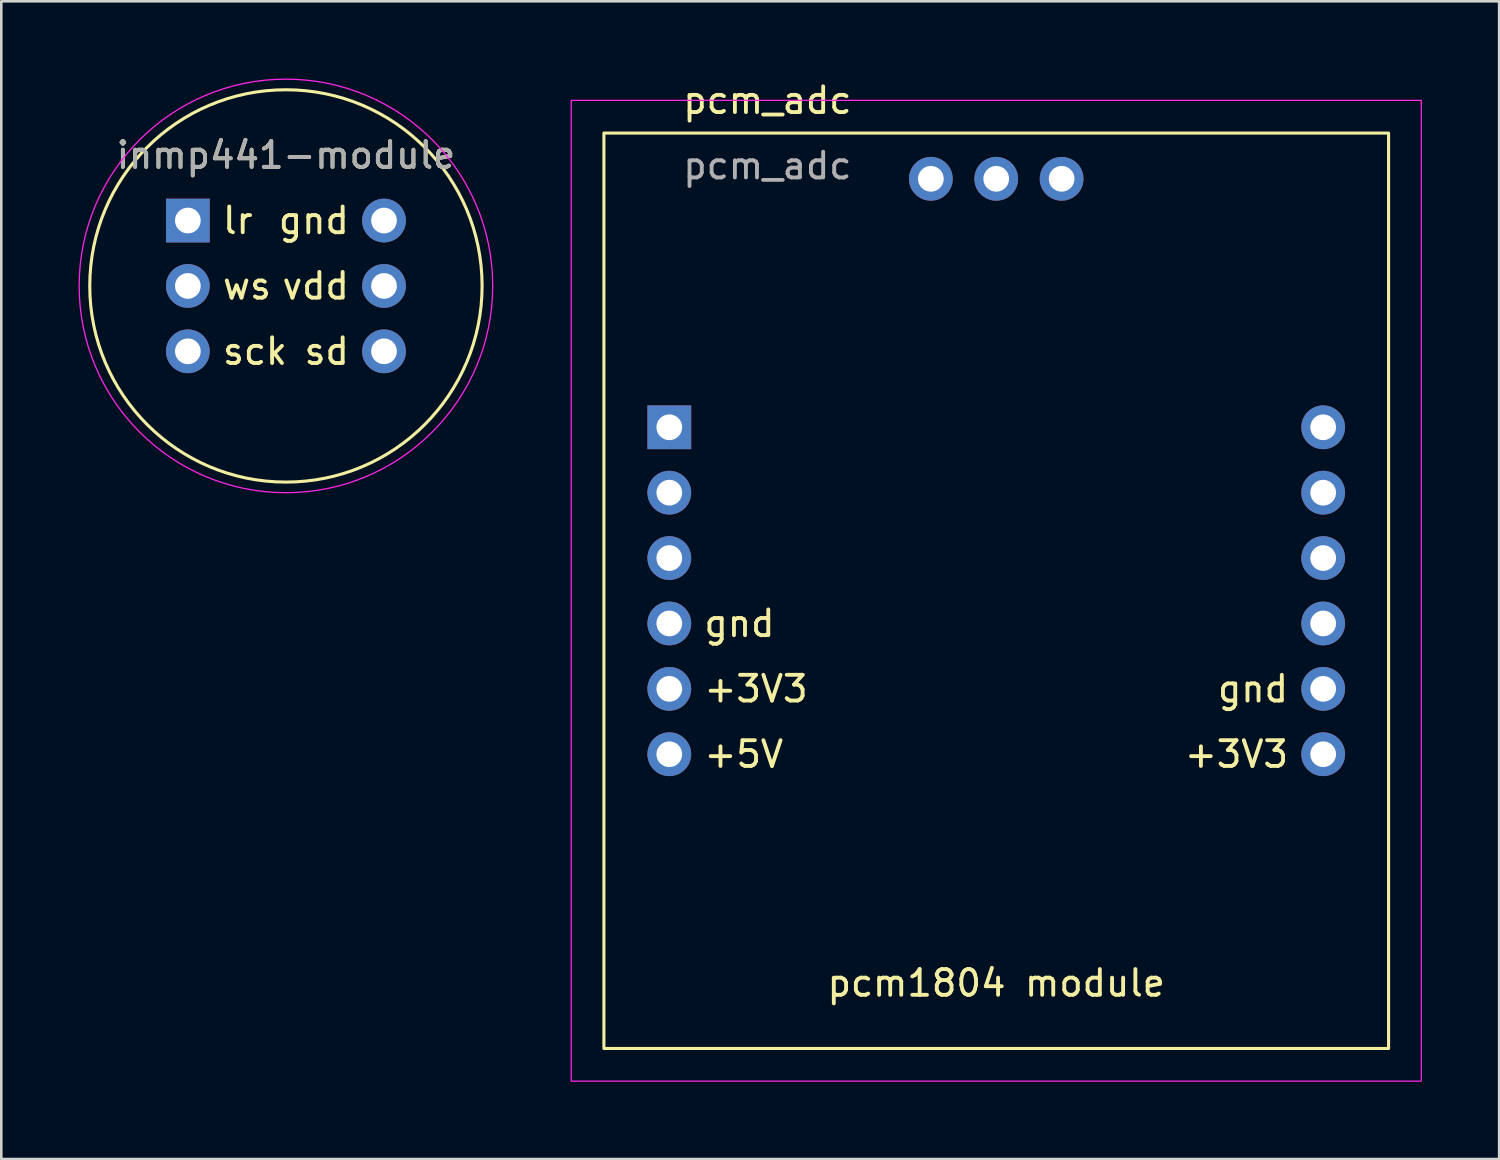
<source format=kicad_pcb>
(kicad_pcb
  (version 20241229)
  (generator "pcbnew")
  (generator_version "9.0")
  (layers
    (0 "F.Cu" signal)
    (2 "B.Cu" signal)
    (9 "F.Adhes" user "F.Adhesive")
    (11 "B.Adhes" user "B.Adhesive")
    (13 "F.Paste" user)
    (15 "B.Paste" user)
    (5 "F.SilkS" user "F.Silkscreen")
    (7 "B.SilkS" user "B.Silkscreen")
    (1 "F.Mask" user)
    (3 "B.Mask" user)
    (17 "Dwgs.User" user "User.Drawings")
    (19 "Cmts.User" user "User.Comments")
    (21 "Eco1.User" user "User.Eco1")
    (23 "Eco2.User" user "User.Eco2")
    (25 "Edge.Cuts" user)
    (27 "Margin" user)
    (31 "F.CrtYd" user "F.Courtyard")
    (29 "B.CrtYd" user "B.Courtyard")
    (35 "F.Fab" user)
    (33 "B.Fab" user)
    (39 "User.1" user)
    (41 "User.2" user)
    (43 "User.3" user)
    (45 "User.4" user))
  (footprint "pcm_adc"
    (layer "F.Cu")
    (at 22.949 13.548)
    (property "Reference" "pcm_adc" (at 3.81 -12.7 0) (unlocked yes) (layer "F.SilkS") (effects (font (size 1 1) (thickness 0.15))))
    (attr through_hole)
    (fp_rect (start -2.54 -11.43) (end 27.94 24.13) (stroke (width 0.12) (type solid)) (fill no) (layer "F.SilkS"))
    (fp_rect (start -3.81 -12.7) (end 29.21 25.4) (stroke (width 0.05) (type solid)) (fill no) (layer "F.CrtYd"))
    (fp_text user "+3V3" (at 1.27 10.16 0) (unlocked yes) (layer "F.SilkS") (effects (font (size 1 1) (thickness 0.15)) (justify left)))
    (fp_text user "gnd" (at 24.13 10.16 0) (unlocked yes) (layer "F.SilkS") (effects (font (size 1 1) (thickness 0.15)) (justify right)))
    (fp_text user "+5V" (at 1.27 12.7 0) (unlocked yes) (layer "F.SilkS") (effects (font (size 1 1) (thickness 0.15)) (justify left)))
    (fp_text user "pcm1804 module" (at 12.7 21.59 0) (unlocked yes) (layer "F.SilkS") (effects (font (size 1 1) (thickness 0.15))))
    (fp_text user "+3V3" (at 24.13 12.7 0) (unlocked yes) (layer "F.SilkS") (effects (font (size 1 1) (thickness 0.15)) (justify right)))
    (fp_text user "gnd" (at 1.27 7.62 0) (unlocked yes) (layer "F.SilkS") (effects (font (size 1 1) (thickness 0.15)) (justify left)))
    (fp_text user "${REFERENCE}" (at 3.81 -10.16 0) (unlocked yes) (layer "F.Fab") (effects (font (size 1 1) (thickness 0.15))))
    (pad "1" thru_hole rect (at 0 0) (size 1.7 1.7) (drill 1) (layers "*.Cu" "*.Mask"))
    (pad "2" thru_hole circle (at 0 2.54) (size 1.7 1.7) (drill 1) (layers "*.Cu" "*.Mask"))
    (pad "3" thru_hole circle (at 0 5.08) (size 1.7 1.7) (drill 1) (layers "*.Cu" "*.Mask"))
    (pad "4" thru_hole circle (at 0 7.62) (size 1.7 1.7) (drill 1) (layers "*.Cu" "*.Mask"))
    (pad "5" thru_hole circle (at 0 10.16) (size 1.7 1.7) (drill 1) (layers "*.Cu" "*.Mask"))
    (pad "6" thru_hole circle (at 0 12.7) (size 1.7 1.7) (drill 1) (layers "*.Cu" "*.Mask"))
    (pad "7" thru_hole circle (at 25.4 12.7) (size 1.7 1.7) (drill 1) (layers "*.Cu" "*.Mask"))
    (pad "8" thru_hole circle (at 25.4 10.16) (size 1.7 1.7) (drill 1) (layers "*.Cu" "*.Mask"))
    (pad "9" thru_hole circle (at 25.4 7.62) (size 1.7 1.7) (drill 1) (layers "*.Cu" "*.Mask"))
    (pad "10" thru_hole circle (at 25.4 5.08) (size 1.7 1.7) (drill 1) (layers "*.Cu" "*.Mask"))
    (pad "11" thru_hole circle (at 25.4 2.54) (size 1.7 1.7) (drill 1) (layers "*.Cu" "*.Mask"))
    (pad "12" thru_hole circle (at 25.4 0) (size 1.7 1.7) (drill 1) (layers "*.Cu" "*.Mask"))
    (pad "13" thru_hole circle (at 15.24 -9.652) (size 1.7 1.7) (drill 1) (layers "*.Cu" "*.Mask"))
    (pad "14" thru_hole circle (at 12.7 -9.652) (size 1.7 1.7) (drill 1) (layers "*.Cu" "*.Mask"))
    (pad "15" thru_hole circle (at 10.16 -9.652) (size 1.7 1.7) (drill 1) (layers "*.Cu" "*.Mask")))
  (footprint "inmp441-module"
    (layer "F.Cu")
    (at 8.057 8.057)
    (property "Reference" "inmp441-module" (at 0 -5.08 0) (unlocked yes) (layer "F.SilkS") (effects (font (size 1 1) (thickness 0.15))))
    (attr through_hole)
    (fp_circle (center 0 0) (end 0 -7.62) (stroke (width 0.12) (type solid)) (fill no) (layer "F.SilkS"))
    (fp_circle (center 0 0) (end 2.54 -7.62) (stroke (width 0.05) (type solid)) (fill no) (layer "F.CrtYd"))
    (fp_text user "sck" (at -2.54 2.54 0) (unlocked yes) (layer "F.SilkS") (effects (font (size 1 1) (thickness 0.15)) (justify left)))
    (fp_text user "gnd" (at 2.54 -2.54 0) (unlocked yes) (layer "F.SilkS") (effects (font (size 1 1) (thickness 0.15)) (justify right)))
    (fp_text user "vdd" (at 2.54 0 0) (unlocked yes) (layer "F.SilkS") (effects (font (size 1 1) (thickness 0.15)) (justify right)))
    (fp_text user "sd" (at 2.54 2.54 0) (unlocked yes) (layer "F.SilkS") (effects (font (size 1 1) (thickness 0.15)) (justify right)))
    (fp_text user "ws" (at -2.54 0 0) (unlocked yes) (layer "F.SilkS") (effects (font (size 1 1) (thickness 0.15)) (justify left)))
    (fp_text user "lr" (at -2.54 -2.54 0) (unlocked yes) (layer "F.SilkS") (effects (font (size 1 1) (thickness 0.15)) (justify left)))
    (fp_text user "${REFERENCE}" (at 0 -5.08 0) (unlocked yes) (layer "F.Fab") (effects (font (size 1 1) (thickness 0.15))))
    (pad "1" thru_hole rect (at -3.81 -2.54) (size 1.7 1.7) (drill 1) (layers "*.Cu" "*.Mask"))
    (pad "2" thru_hole circle (at -3.81 0) (size 1.7 1.7) (drill 1) (layers "*.Cu" "*.Mask"))
    (pad "3" thru_hole circle (at -3.81 2.54) (size 1.7 1.7) (drill 1) (layers "*.Cu" "*.Mask"))
    (pad "4" thru_hole circle (at 3.81 2.54) (size 1.7 1.7) (drill 1) (layers "*.Cu" "*.Mask"))
    (pad "5" thru_hole circle (at 3.81 0) (size 1.7 1.7) (drill 1) (layers "*.Cu" "*.Mask"))
    (pad "6" thru_hole circle (at 3.81 -2.54) (size 1.7 1.7) (drill 1) (layers "*.Cu" "*.Mask")))
  (gr_rect
    (start -3 -3)
    (end 55.184 41.973)
    (stroke (width 0.1) (type default))
    (fill no)
    (layer "Edge.Cuts")))
</source>
